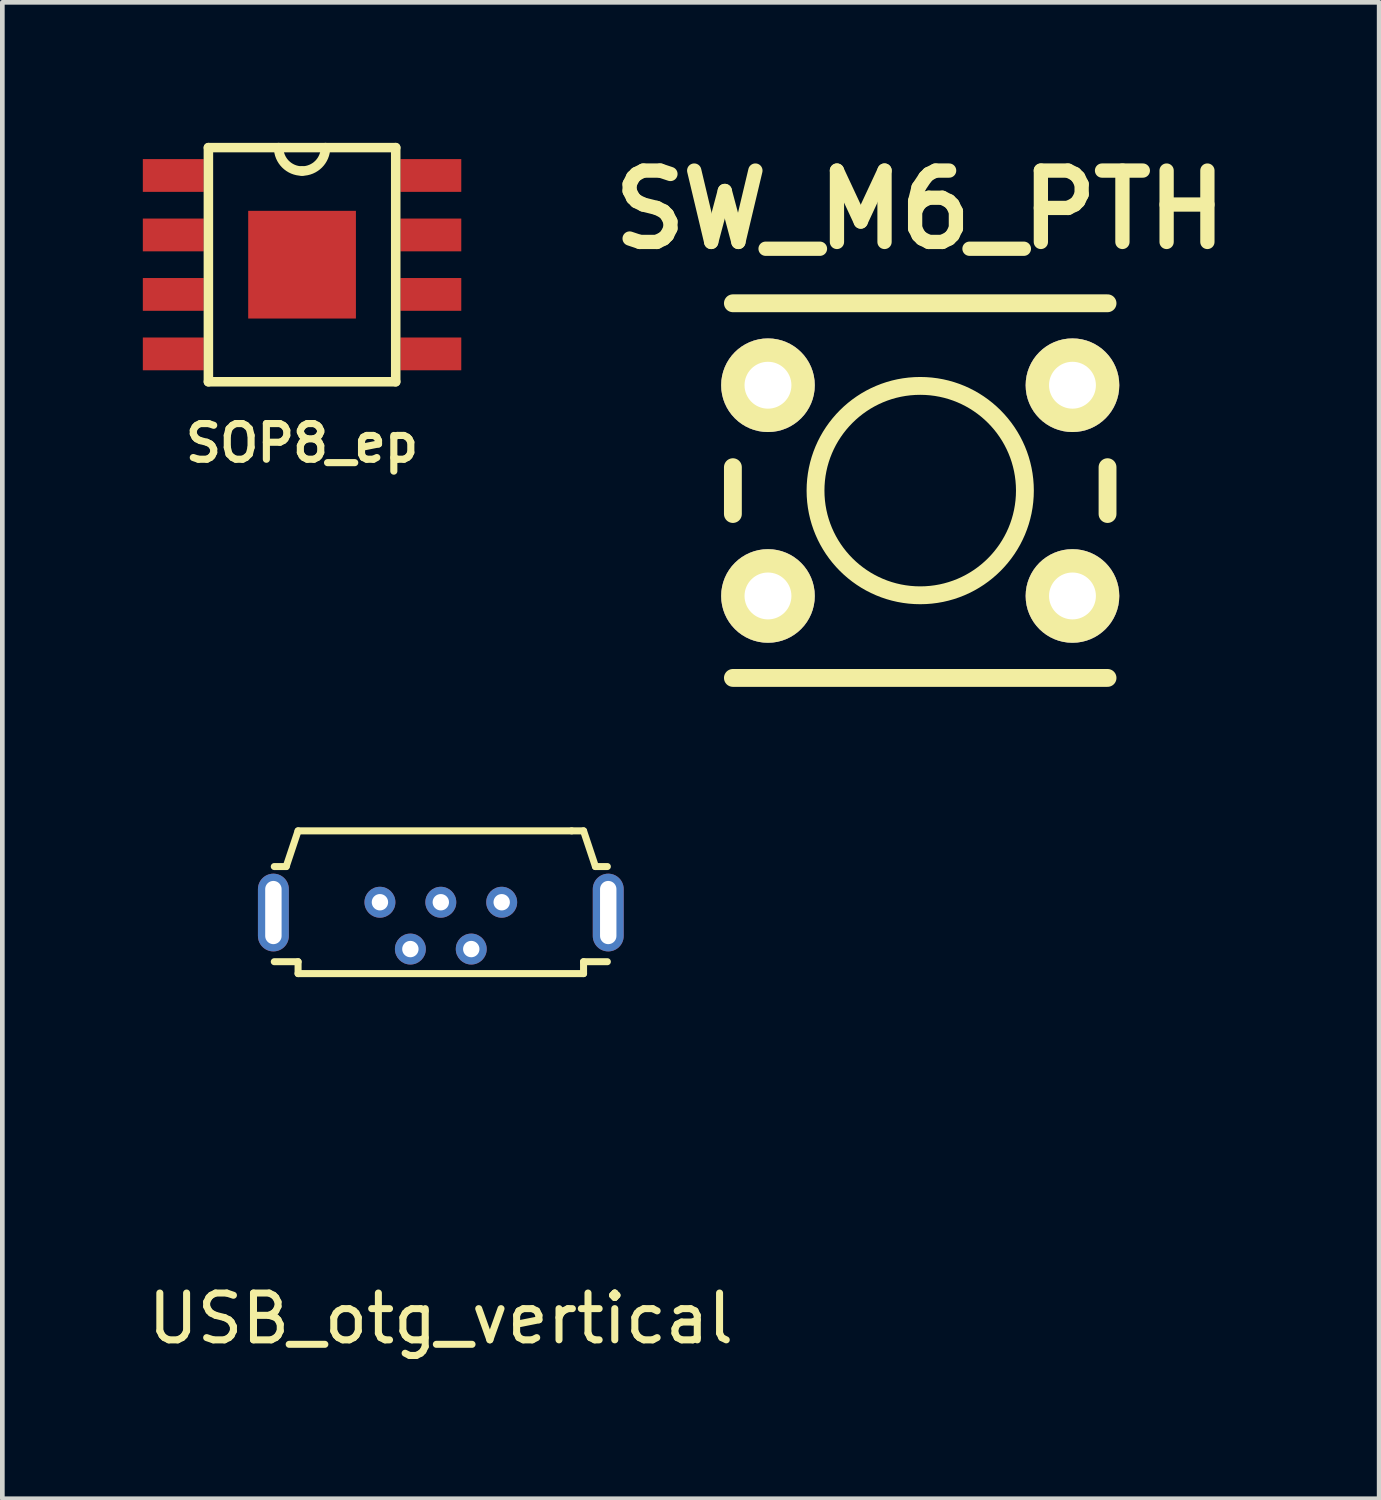
<source format=kicad_pcb>
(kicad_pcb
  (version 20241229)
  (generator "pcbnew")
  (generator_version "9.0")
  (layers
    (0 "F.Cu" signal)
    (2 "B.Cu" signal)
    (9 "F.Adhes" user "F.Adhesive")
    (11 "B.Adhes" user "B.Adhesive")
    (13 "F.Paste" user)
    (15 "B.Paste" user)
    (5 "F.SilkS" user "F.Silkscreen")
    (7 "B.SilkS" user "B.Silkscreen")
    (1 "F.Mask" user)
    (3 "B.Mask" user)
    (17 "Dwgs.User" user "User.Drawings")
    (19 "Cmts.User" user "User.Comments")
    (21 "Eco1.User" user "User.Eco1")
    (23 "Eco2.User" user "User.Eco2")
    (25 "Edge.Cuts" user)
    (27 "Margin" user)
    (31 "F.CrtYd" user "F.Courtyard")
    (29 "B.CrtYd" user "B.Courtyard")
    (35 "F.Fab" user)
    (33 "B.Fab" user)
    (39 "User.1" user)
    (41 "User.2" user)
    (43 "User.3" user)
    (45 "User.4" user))
  (footprint "SW_M6_PTH"
    (layer "F.Cu")
    (at 16.6 7.426)
    (property "Reference" "SW_M6_PTH" (at 0 -5.999 0) (layer "F.SilkS") (effects (font (size 1.524 1.524) (thickness 0.305))))
    (attr through_hole)
    (fp_line (start -4 -4) (end 4 -4) (stroke (width 0.381) (type solid)) (layer "F.SilkS"))
    (fp_line (start -4 -0.5) (end -4 0.5) (stroke (width 0.381) (type solid)) (layer "F.SilkS"))
    (fp_line (start -4 4) (end 4 4) (stroke (width 0.381) (type solid)) (layer "F.SilkS"))
    (fp_line (start 4 -0.5) (end 4 0.5) (stroke (width 0.381) (type solid)) (layer "F.SilkS"))
    (fp_circle (center 0 0) (end 1.001 -1.999) (stroke (width 0.381) (type solid)) (fill no) (layer "F.SilkS"))
    (pad "1" thru_hole circle (at -3.251 -2.25) (size 1.999 1.999) (drill 1.001) (layers "*.Cu" "*.Mask" "F.SilkS"))
    (pad "2" thru_hole circle (at -3.251 2.25) (size 1.999 1.999) (drill 1.001) (layers "*.Cu" "*.Mask" "F.SilkS"))
    (pad "3" thru_hole circle (at 3.251 -2.25) (size 1.999 1.999) (drill 1.001) (layers "*.Cu" "*.Mask" "F.SilkS"))
    (pad "4" thru_hole circle (at 3.251 2.25) (size 1.999 1.999) (drill 1.001) (layers "*.Cu" "*.Mask" "F.SilkS")))
  (footprint "USB_otg_vertical"
    (layer "F.Cu")
    (at 6.363 16.216)
    (property "Reference" "USB_otg_vertical" (at 0 8.89 0) (layer "F.SilkS") (effects (font (size 1 1) (thickness 0.15))))
    (attr through_hole)
    (fp_line (start -3.556 -0.762) (end -3.302 -0.762) (stroke (width 0.15) (type solid)) (layer "F.SilkS"))
    (fp_line (start -3.302 -0.762) (end -3.048 -1.524) (stroke (width 0.15) (type solid)) (layer "F.SilkS"))
    (fp_line (start -3.048 -1.524) (end 2.794 -1.524) (stroke (width 0.15) (type solid)) (layer "F.SilkS"))
    (fp_line (start -3.048 1.27) (end -3.556 1.27) (stroke (width 0.15) (type solid)) (layer "F.SilkS"))
    (fp_line (start -3.048 1.27) (end -3.048 1.524) (stroke (width 0.15) (type solid)) (layer "F.SilkS"))
    (fp_line (start -3.048 1.524) (end 3.048 1.524) (stroke (width 0.15) (type solid)) (layer "F.SilkS"))
    (fp_line (start 2.794 -1.524) (end 3.048 -1.524) (stroke (width 0.15) (type solid)) (layer "F.SilkS"))
    (fp_line (start 3.048 -1.524) (end 3.302 -0.762) (stroke (width 0.15) (type solid)) (layer "F.SilkS"))
    (fp_line (start 3.048 1.27) (end 3.556 1.27) (stroke (width 0.15) (type solid)) (layer "F.SilkS"))
    (fp_line (start 3.048 1.524) (end 3.048 1.27) (stroke (width 0.15) (type solid)) (layer "F.SilkS"))
    (fp_line (start 3.302 -0.762) (end 3.556 -0.762) (stroke (width 0.15) (type solid)) (layer "F.SilkS"))
    (pad "1" thru_hole circle (at -1.3 0) (size 0.66 0.66) (drill 0.35) (layers "*.Cu" "*.Mask"))
    (pad "2" thru_hole circle (at -0.65 1) (size 0.66 0.66) (drill 0.35) (layers "*.Cu" "*.Mask"))
    (pad "3" thru_hole circle (at 0 0) (size 0.66 0.66) (drill 0.35) (layers "*.Cu" "*.Mask"))
    (pad "4" thru_hole circle (at 0.65 1) (size 0.66 0.66) (drill 0.35) (layers "*.Cu" "*.Mask"))
    (pad "5" thru_hole circle (at 1.3 0) (size 0.66 0.66) (drill 0.35) (layers "*.Cu" "*.Mask"))
    (pad "6" thru_hole oval (at -3.575 0.22) (size 0.66 1.66) (drill oval 0.35 1.35) (layers "*.Cu" "*.Mask"))
    (pad "6" thru_hole oval (at 3.575 0.22) (size 0.66 1.66) (drill oval 0.35 1.35) (layers "*.Cu" "*.Mask")))
  (footprint "SOP8_ep"
    (layer "F.Cu")
    (at 3.4 2.602)
    (property "Reference" "SOP8_ep" (at 0 3.81 0) (layer "F.SilkS") (effects (font (size 0.762 0.762) (thickness 0.152))))
    (attr smd)
    (fp_line (start -2 -2.5) (end -2 2.5) (stroke (width 0.203) (type solid)) (layer "F.SilkS"))
    (fp_line (start -2 2.5) (end 2 2.5) (stroke (width 0.203) (type solid)) (layer "F.SilkS"))
    (fp_line (start 2 -2.5) (end -2 -2.5) (stroke (width 0.203) (type solid)) (layer "F.SilkS"))
    (fp_line (start 2 2.5) (end 2 -2.5) (stroke (width 0.203) (type solid)) (layer "F.SilkS"))
    (fp_arc (start 0 -2) (mid -0.353553 -2.146447) (end -0.5 -2.5) (stroke (width 0.2032) (type solid)) (layer "F.SilkS"))
    (fp_arc (start 0.5 -2.5) (mid 0.353553 -2.146447) (end 0 -2) (stroke (width 0.2032) (type solid)) (layer "F.SilkS"))
    (pad "0" smd rect (at 0 0) (size 2.3 2.3) (layers "F.Cu" "F.Mask" "F.Paste"))
    (pad "1" smd rect (at -2.75 -1.905) (size 1.3 0.7) (layers "F.Cu" "F.Mask" "F.Paste"))
    (pad "2" smd rect (at -2.75 -0.635) (size 1.3 0.7) (layers "F.Cu" "F.Mask" "F.Paste"))
    (pad "3" smd rect (at -2.75 0.635) (size 1.3 0.7) (layers "F.Cu" "F.Mask" "F.Paste"))
    (pad "4" smd rect (at -2.75 1.905) (size 1.3 0.7) (layers "F.Cu" "F.Mask" "F.Paste"))
    (pad "5" smd rect (at 2.75 1.905) (size 1.3 0.7) (layers "F.Cu" "F.Mask" "F.Paste"))
    (pad "6" smd rect (at 2.75 0.635) (size 1.3 0.7) (layers "F.Cu" "F.Mask" "F.Paste"))
    (pad "7" smd rect (at 2.75 -0.635) (size 1.3 0.7) (layers "F.Cu" "F.Mask" "F.Paste"))
    (pad "8" smd rect (at 2.75 -1.905) (size 1.3 0.7) (layers "F.Cu" "F.Mask" "F.Paste")))
  (gr_rect
    (start -3 -3)
    (end 26.4 28.954)
    (stroke (width 0.1) (type default))
    (fill no)
    (layer "Edge.Cuts")))
</source>
